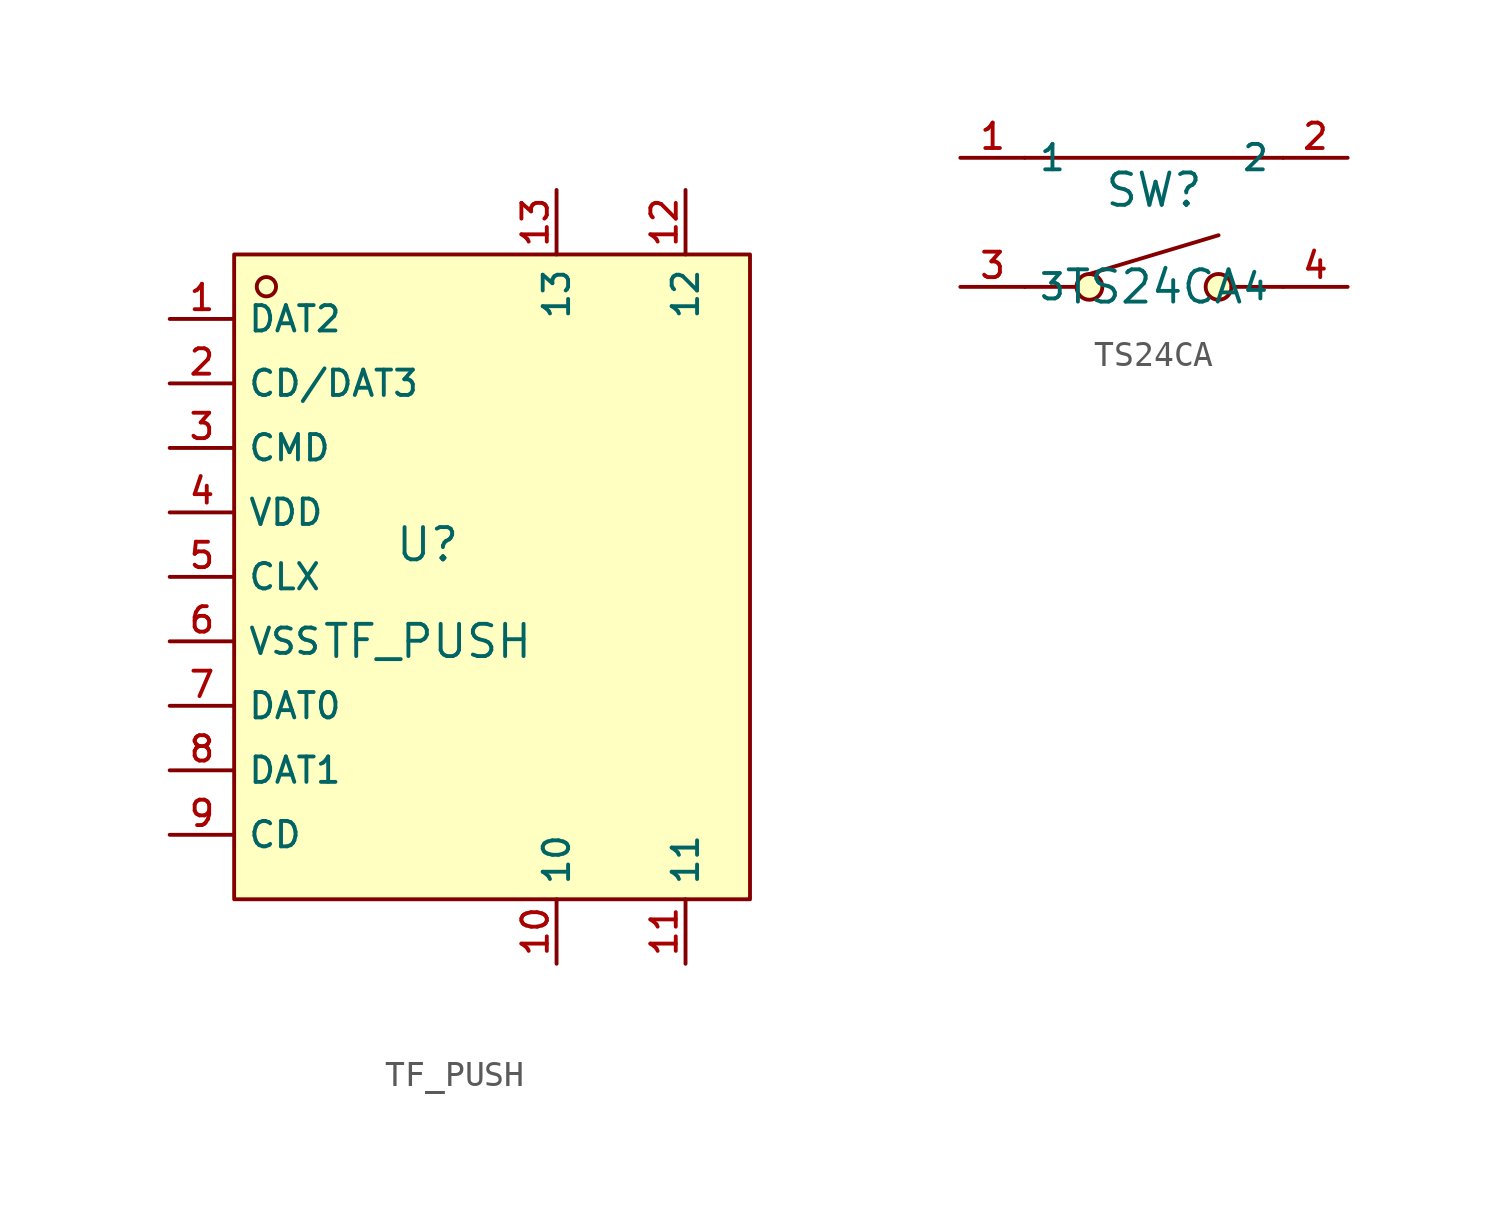
<source format=kicad_sym>
(kicad_symbol_lib
  (version 20241209)
  (generator "kicad_symbol_editor")
  (generator_version "9.0")
  (symbol "TF_PUSH"
    (property "Reference" "U"
      (at 0 1.27 0)
      (effects (font (size 1.27 1.27))))
    (property "Value" "TF_PUSH"
      (at 0 -2.54 0)
      (effects (font (size 1.27 1.27))))
    (symbol "TF_PUSH_0_1"
      (rectangle (start -7.62 12.7) (end 12.7 -12.7) (stroke (width 0) (type default)) (fill (type background)))
      (circle (center -6.35 11.43) (radius 0.381) (stroke (width 0) (type default)) (fill (type background)))
      (pin unspecified line (at -10.16 10.16 0) (length 2.54) (name "DAT2" (effects (font (size 1 1)))) (number "1" (effects (font (size 1 1)))))
      (pin unspecified line (at -10.16 7.62 0) (length 2.54) (name "CD/DAT3" (effects (font (size 1 1)))) (number "2" (effects (font (size 1 1)))))
      (pin unspecified line (at -10.16 5.08 0) (length 2.54) (name "CMD" (effects (font (size 1 1)))) (number "3" (effects (font (size 1 1)))))
      (pin unspecified line (at -10.16 2.54 0) (length 2.54) (name "VDD" (effects (font (size 1 1)))) (number "4" (effects (font (size 1 1)))))
      (pin unspecified line (at -10.16 0 0) (length 2.54) (name "CLX" (effects (font (size 1 1)))) (number "5" (effects (font (size 1 1)))))
      (pin unspecified line (at -10.16 -2.54 0) (length 2.54) (name "VSS" (effects (font (size 1 1)))) (number "6" (effects (font (size 1 1)))))
      (pin unspecified line (at -10.16 -5.08 0) (length 2.54) (name "DAT0" (effects (font (size 1 1)))) (number "7" (effects (font (size 1 1)))))
      (pin unspecified line (at -10.16 -7.62 0) (length 2.54) (name "DAT1" (effects (font (size 1 1)))) (number "8" (effects (font (size 1 1)))))
      (pin unspecified line (at -10.16 -10.16 0) (length 2.54) (name "CD" (effects (font (size 1 1)))) (number "9" (effects (font (size 1 1)))))
      (pin unspecified line (at 5.08 15.24 270) (length 2.54) (name "13" (effects (font (size 1 1)))) (number "13" (effects (font (size 1 1)))))
      (pin unspecified line (at 5.08 -15.24 90) (length 2.54) (name "10" (effects (font (size 1 1)))) (number "10" (effects (font (size 1 1)))))
      (pin unspecified line (at 10.16 15.24 270) (length 2.54) (name "12" (effects (font (size 1 1)))) (number "12" (effects (font (size 1 1)))))
      (pin unspecified line (at 10.16 -15.24 90) (length 2.54) (name "11" (effects (font (size 1 1)))) (number "11" (effects (font (size 1 1)))))))
  (symbol "TS24CA"
    (property "Reference" "SW"
      (at 0 1.27 0)
      (effects (font (size 1.27 1.27))))
    (property "Value" "TS24CA"
      (at 0 -2.54 0)
      (effects (font (size 1.27 1.27))))
    (symbol "TS24CA_0_1"
      (polyline (pts (xy -5.08 2.54) (xy 5.08 2.54)) (stroke (width 0) (type default)) (fill (type none)))
      (polyline (pts (xy -3.048 -2.54) (xy -5.08 -2.54)) (stroke (width 0) (type default)) (fill (type none)))
      (polyline (pts (xy -2.54 -2.032) (xy 2.54 -0.508) (xy 2.54 -0.508)) (stroke (width 0) (type default)) (fill (type none)))
      (circle (center -2.54 -2.54) (radius 0.508) (stroke (width 0) (type default)) (fill (type background)))
      (circle (center 2.54 -2.54) (radius 0.508) (stroke (width 0) (type default)) (fill (type background)))
      (polyline (pts (xy 3.048 -2.54) (xy 5.08 -2.54)) (stroke (width 0) (type default)) (fill (type none)))
      (pin unspecified line (at -7.62 2.54 0) (length 2.54) (name "1" (effects (font (size 1 1)))) (number "1" (effects (font (size 1 1)))))
      (pin unspecified line (at -7.62 -2.54 0) (length 2.54) (name "3" (effects (font (size 1 1)))) (number "3" (effects (font (size 1 1)))))
      (pin unspecified line (at 7.62 -2.54 180) (length 2.54) (name "4" (effects (font (size 1 1)))) (number "4" (effects (font (size 1 1))))))
    (symbol "TS24CA_1_1"
      (pin unspecified line (at 7.62 2.54 180) (length 2.54) (name "2" (effects (font (size 1 1)))) (number "2" (effects (font (size 1 1))))))))
</source>
